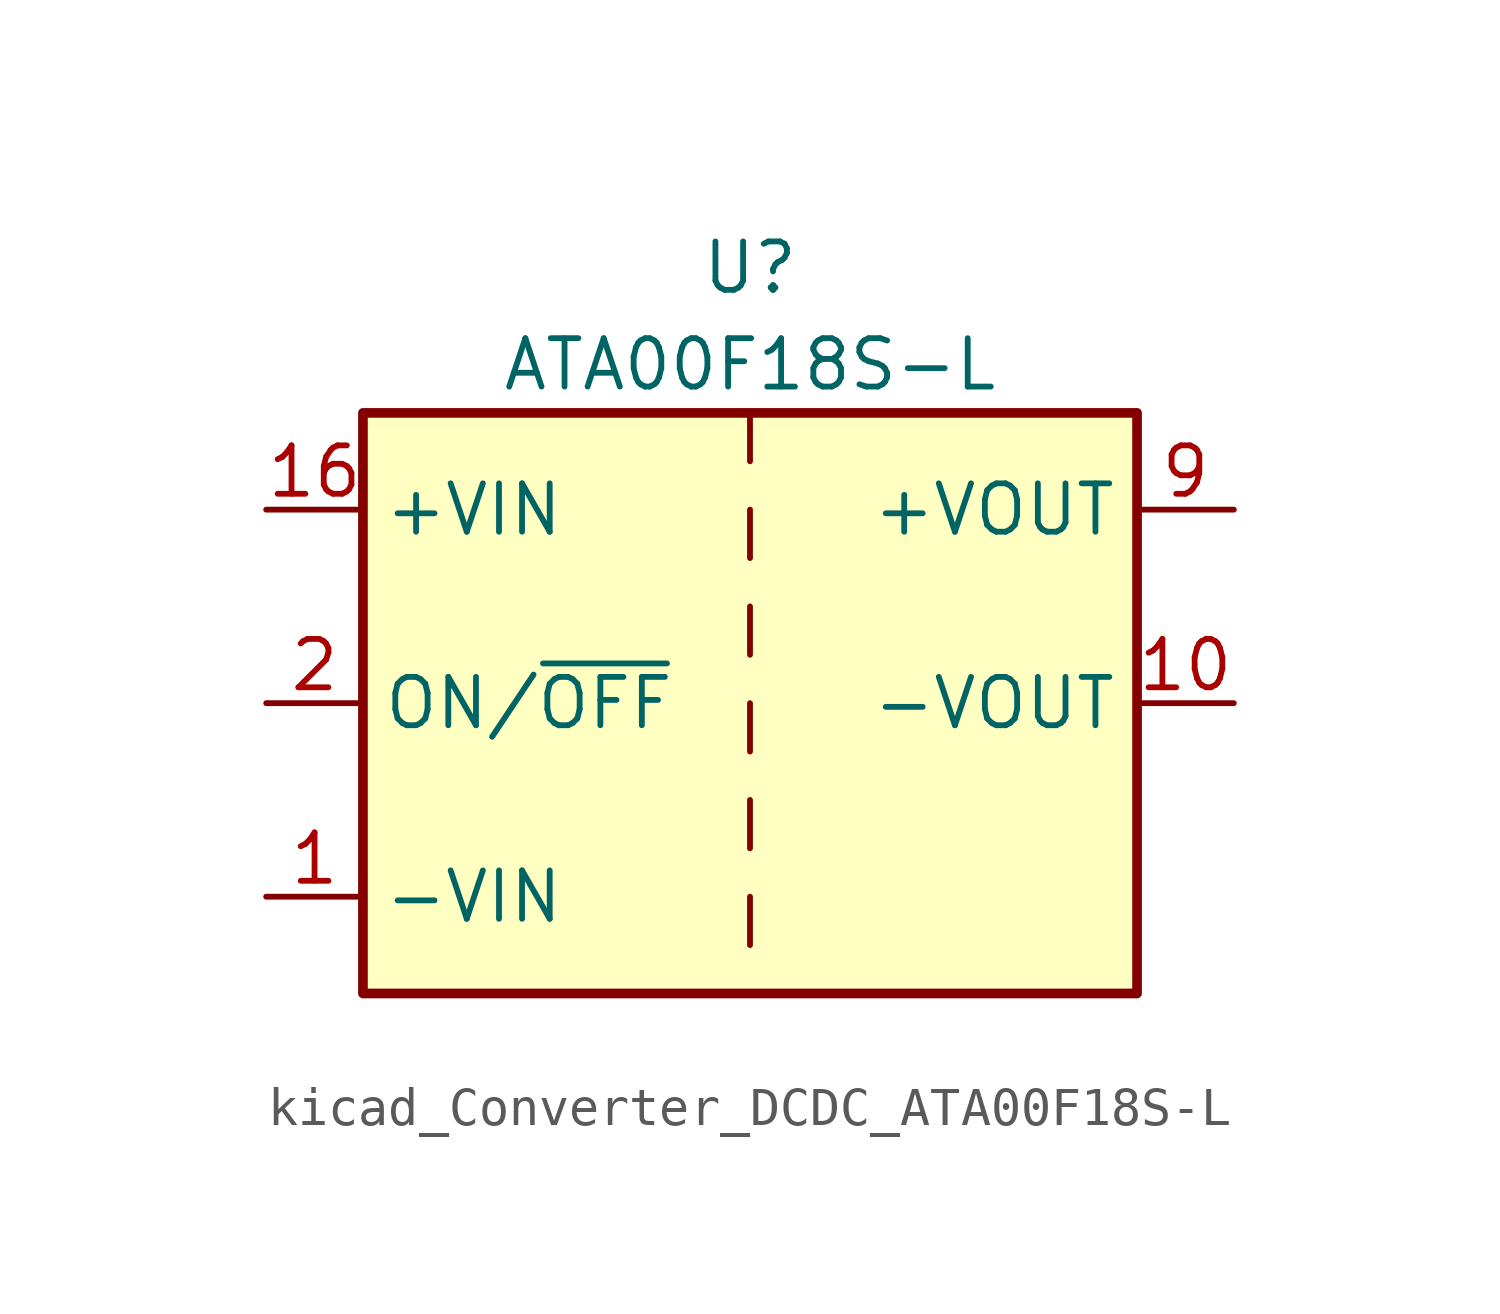
<source format=kicad_sym>
(kicad_symbol_lib
  (version 20220914)
  (generator kicad_symbol_editor)
  (symbol "kicad_Converter_DCDC_ATA00F18S-L"
    (property "Reference" "U"
      (at 0 11.43 0)
      (effects (font (size 1.27 1.27))))
    (property "Value" "ATA00F18S-L"
      (at 0 8.89 0)
      (effects (font (size 1.27 1.27))))
    (symbol "kicad_Converter_DCDC_ATA00F18S-L_0_1"
      (rectangle (start -10.16 7.62) (end 10.16 -7.62) (stroke (width 0.254) (type default)) (fill (type background)))
      (polyline (pts (xy 0 -5.08) (xy 0 -6.35)) (stroke (width 0) (type default)) (fill (type none)))
      (polyline (pts (xy 0 -2.54) (xy 0 -3.81)) (stroke (width 0) (type default)) (fill (type none)))
      (polyline (pts (xy 0 0) (xy 0 -1.27)) (stroke (width 0) (type default)) (fill (type none)))
      (polyline (pts (xy 0 2.54) (xy 0 1.27)) (stroke (width 0) (type default)) (fill (type none)))
      (polyline (pts (xy 0 5.08) (xy 0 3.81)) (stroke (width 0) (type default)) (fill (type none)))
      (polyline (pts (xy 0 7.62) (xy 0 6.35)) (stroke (width 0) (type default)) (fill (type none))))
    (symbol "kicad_Converter_DCDC_ATA00F18S-L_1_1"
      (pin power_in line (at -12.7 -5.08 0) (length 2.54) (name "-VIN" (effects (font (size 1.27 1.27)))) (number "1" (effects (font (size 1.27 1.27)))))
      (pin power_out line (at 12.7 0 180) (length 2.54) (name "-VOUT" (effects (font (size 1.27 1.27)))) (number "10" (effects (font (size 1.27 1.27)))))
      (pin power_in line (at -12.7 5.08 0) (length 2.54) (name "+VIN" (effects (font (size 1.27 1.27)))) (number "16" (effects (font (size 1.27 1.27)))))
      (pin input line (at -12.7 0 0) (length 2.54) (name "ON/~{OFF}" (effects (font (size 1.27 1.27)))) (number "2" (effects (font (size 1.27 1.27)))))
      (pin no_connect line (at 10.16 -2.54 180) (length 2.54) hide (name "NC" (effects (font (size 1.27 1.27)))) (number "7" (effects (font (size 1.27 1.27)))))
      (pin no_connect line (at 10.16 -5.08 180) (length 2.54) hide (name "NC" (effects (font (size 1.27 1.27)))) (number "8" (effects (font (size 1.27 1.27)))))
      (pin power_out line (at 12.7 5.08 180) (length 2.54) (name "+VOUT" (effects (font (size 1.27 1.27)))) (number "9" (effects (font (size 1.27 1.27))))))))
</source>
